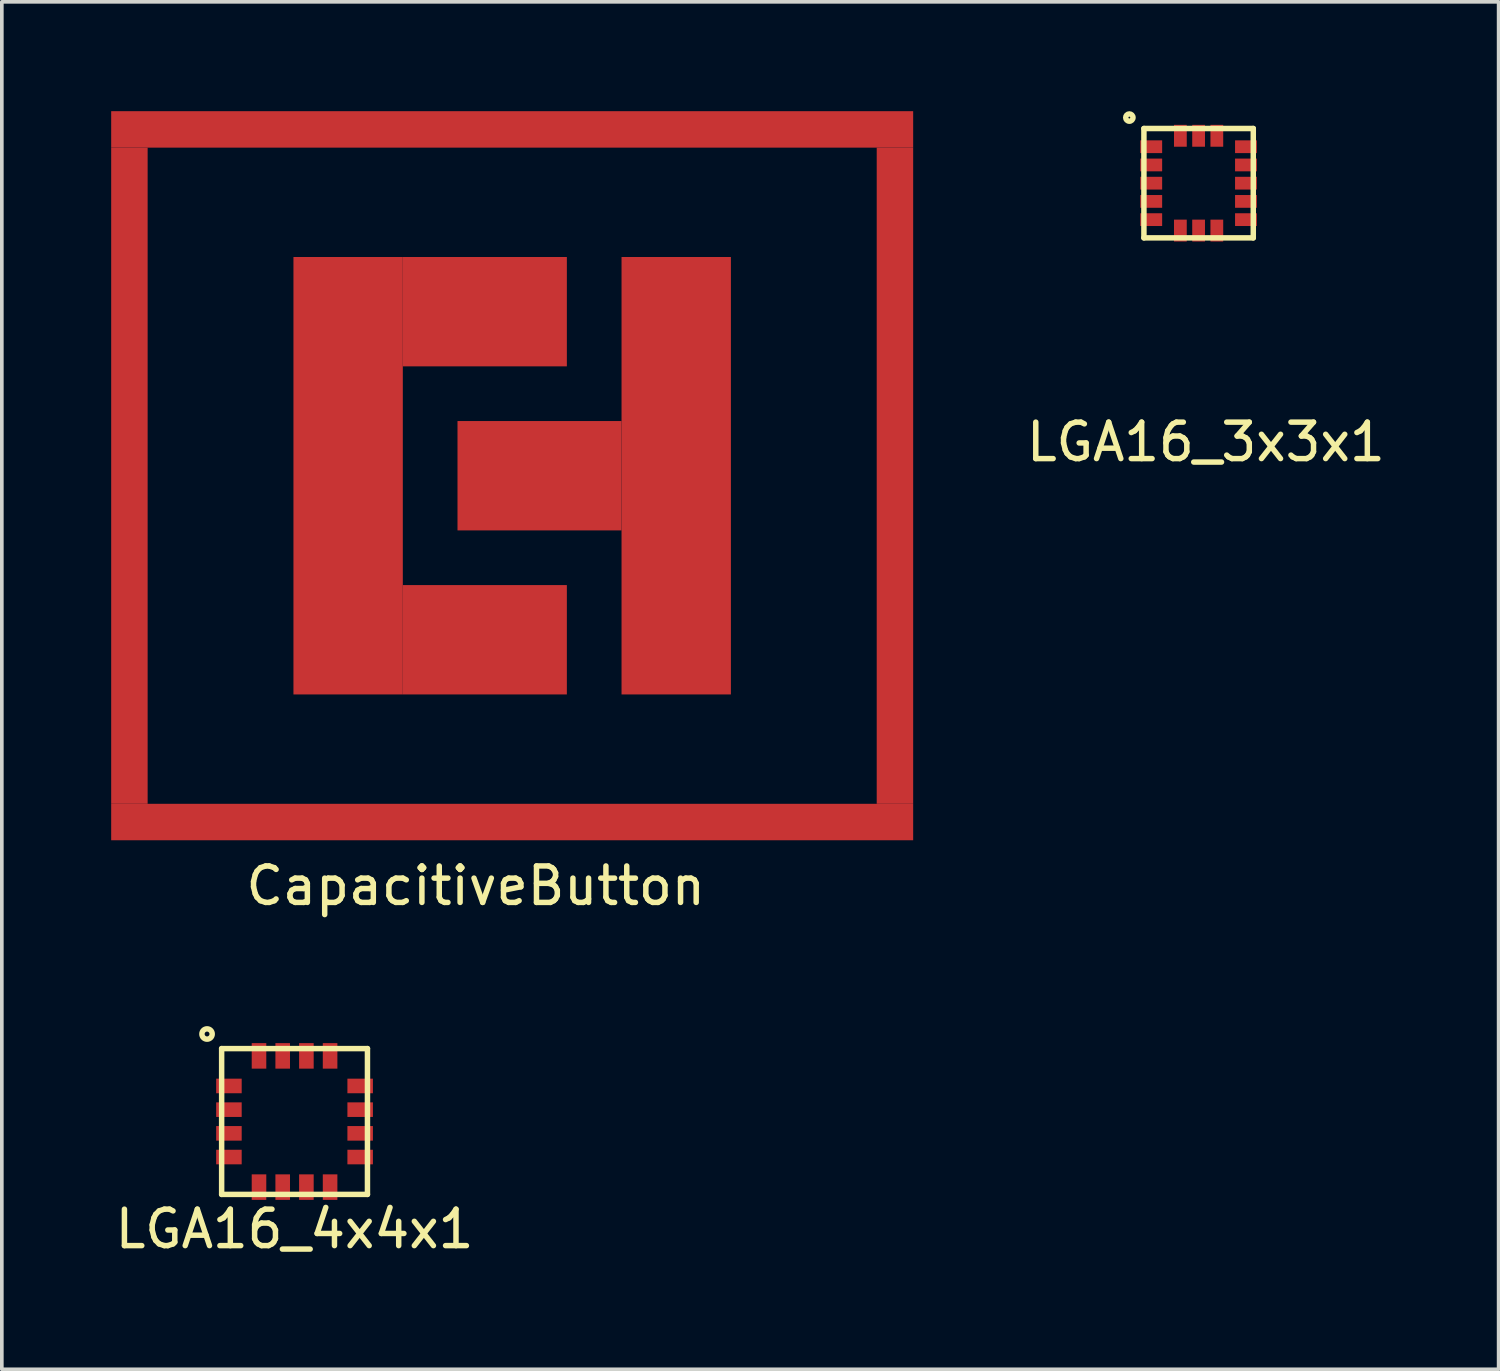
<source format=kicad_pcb>
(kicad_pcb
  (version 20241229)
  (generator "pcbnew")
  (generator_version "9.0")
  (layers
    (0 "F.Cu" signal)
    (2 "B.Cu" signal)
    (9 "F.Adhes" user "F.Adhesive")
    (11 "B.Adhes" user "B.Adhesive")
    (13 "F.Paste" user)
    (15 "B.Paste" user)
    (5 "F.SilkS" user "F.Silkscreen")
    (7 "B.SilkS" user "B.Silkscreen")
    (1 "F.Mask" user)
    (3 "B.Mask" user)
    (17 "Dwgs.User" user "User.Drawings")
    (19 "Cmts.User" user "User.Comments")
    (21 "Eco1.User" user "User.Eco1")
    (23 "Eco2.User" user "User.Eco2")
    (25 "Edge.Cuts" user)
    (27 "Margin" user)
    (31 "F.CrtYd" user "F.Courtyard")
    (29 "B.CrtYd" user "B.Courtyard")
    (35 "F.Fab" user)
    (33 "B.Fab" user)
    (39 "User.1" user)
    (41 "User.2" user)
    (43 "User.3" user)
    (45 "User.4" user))
  (footprint "CapacitiveButton"
    (layer "F.Cu")
    (at 10 10)
    (property "Reference" "CapacitiveButton" (at 0 11.25 0) (layer "F.SilkS") (effects (font (size 1 1) (thickness 0.15))))
    (attr through_hole)
    (pad "1" smd rect (at -3.5 0) (size 3 12) (layers "F.Cu" "F.Mask" "F.Paste"))
    (pad "1" smd rect (at 0.25 -4.5) (size 4.5 3) (layers "F.Cu" "F.Mask" "F.Paste"))
    (pad "1" smd rect (at 0.25 4.5) (size 4.5 3) (layers "F.Cu" "F.Mask" "F.Paste"))
    (pad "2" smd rect (at 1.75 0) (size 4.5 3) (layers "F.Cu" "F.Mask" "F.Paste"))
    (pad "2" smd rect (at 5.5 0) (size 3 12) (layers "F.Cu" "F.Mask" "F.Paste"))
    (pad "G" smd rect (at -9.5 0) (size 1 18) (layers "F.Cu" "F.Mask" "F.Paste"))
    (pad "G" smd rect (at 1 -9.5 90) (size 1 22) (layers "F.Cu" "F.Mask" "F.Paste"))
    (pad "G" smd rect (at 1 9.5 90) (size 1 22) (layers "F.Cu" "F.Mask" "F.Paste"))
    (pad "G" smd rect (at 11.5 0) (size 1 18) (layers "F.Cu" "F.Mask" "F.Paste")))
  (footprint "LGA16_4x4x1"
    (layer "F.Cu")
    (at 5.03 27.715)
    (property "Reference" "LGA16_4x4x1" (at 0 2.95 0) (layer "F.SilkS") (effects (font (size 1 1) (thickness 0.15))))
    (attr through_hole)
    (fp_line (start -2 -2) (end 2 -2) (stroke (width 0.15) (type solid)) (layer "F.SilkS"))
    (fp_line (start -2 2) (end -2 -2) (stroke (width 0.15) (type solid)) (layer "F.SilkS"))
    (fp_line (start 2 -2) (end 2 2) (stroke (width 0.15) (type solid)) (layer "F.SilkS"))
    (fp_line (start 2 2) (end -2 2) (stroke (width 0.15) (type solid)) (layer "F.SilkS"))
    (fp_circle (center -2.4 -2.4) (end -2.3 -2.3) (stroke (width 0.15) (type solid)) (fill no) (layer "F.SilkS"))
    (pad "1" smd rect (at -1.8 -0.975) (size 0.7 0.4) (layers "F.Cu" "F.Mask" "F.Paste"))
    (pad "2" smd rect (at -1.8 -0.325) (size 0.7 0.4) (layers "F.Cu" "F.Mask" "F.Paste"))
    (pad "3" smd rect (at -1.8 0.325) (size 0.7 0.4) (layers "F.Cu" "F.Mask" "F.Paste"))
    (pad "4" smd rect (at -1.8 0.975) (size 0.7 0.4) (layers "F.Cu" "F.Mask" "F.Paste"))
    (pad "5" smd rect (at -0.975 1.8 90) (size 0.7 0.4) (layers "F.Cu" "F.Mask" "F.Paste"))
    (pad "6" smd rect (at -0.325 1.8 90) (size 0.7 0.4) (layers "F.Cu" "F.Mask" "F.Paste"))
    (pad "7" smd rect (at 0.325 1.8 90) (size 0.7 0.4) (layers "F.Cu" "F.Mask" "F.Paste"))
    (pad "8" smd rect (at 0.975 1.8 90) (size 0.7 0.4) (layers "F.Cu" "F.Mask" "F.Paste"))
    (pad "9" smd rect (at 1.8 0.975 180) (size 0.7 0.4) (layers "F.Cu" "F.Mask" "F.Paste"))
    (pad "10" smd rect (at 1.8 0.325 180) (size 0.7 0.4) (layers "F.Cu" "F.Mask" "F.Paste"))
    (pad "11" smd rect (at 1.8 -0.325 180) (size 0.7 0.4) (layers "F.Cu" "F.Mask" "F.Paste"))
    (pad "12" smd rect (at 1.8 -0.975 180) (size 0.7 0.4) (layers "F.Cu" "F.Mask" "F.Paste"))
    (pad "13" smd rect (at 0.975 -1.8 270) (size 0.7 0.4) (layers "F.Cu" "F.Mask" "F.Paste"))
    (pad "14" smd rect (at 0.325 -1.8 270) (size 0.7 0.4) (layers "F.Cu" "F.Mask" "F.Paste"))
    (pad "15" smd rect (at -0.325 -1.8 270) (size 0.7 0.4) (layers "F.Cu" "F.Mask" "F.Paste"))
    (pad "16" smd rect (at -0.975 -1.8 270) (size 0.7 0.4) (layers "F.Cu" "F.Mask" "F.Paste")))
  (footprint "LGA16_3x3x1"
    (layer "F.Cu")
    (at 29.83 1.975)
    (property "Reference" "LGA16_3x3x1" (at 0.2 7.1 0) (layer "F.SilkS") (effects (font (size 1 1) (thickness 0.15))))
    (attr through_hole)
    (fp_line (start -1.5 -1.5) (end 1.5 -1.5) (stroke (width 0.15) (type solid)) (layer "F.SilkS"))
    (fp_line (start -1.5 1.5) (end -1.5 -1.5) (stroke (width 0.15) (type solid)) (layer "F.SilkS"))
    (fp_line (start 1.5 -1.5) (end 1.5 1.5) (stroke (width 0.15) (type solid)) (layer "F.SilkS"))
    (fp_line (start 1.5 1.5) (end -1.5 1.5) (stroke (width 0.15) (type solid)) (layer "F.SilkS"))
    (fp_circle (center -1.9 -1.8) (end -1.9 -1.7) (stroke (width 0.15) (type solid)) (fill no) (layer "F.SilkS"))
    (pad "1" smd rect (at -1.3 -1) (size 0.6 0.35) (layers "F.Cu" "F.Mask" "F.Paste"))
    (pad "2" smd rect (at -1.3 -0.5) (size 0.6 0.35) (layers "F.Cu" "F.Mask" "F.Paste"))
    (pad "3" smd rect (at -1.3 0) (size 0.6 0.35) (layers "F.Cu" "F.Mask" "F.Paste"))
    (pad "4" smd rect (at -1.3 0.5) (size 0.6 0.35) (layers "F.Cu" "F.Mask" "F.Paste"))
    (pad "5" smd rect (at -1.3 1) (size 0.6 0.35) (layers "F.Cu" "F.Mask" "F.Paste"))
    (pad "6" smd rect (at -0.5 1.3 90) (size 0.6 0.35) (layers "F.Cu" "F.Mask" "F.Paste"))
    (pad "7" smd rect (at 0 1.3 90) (size 0.6 0.35) (layers "F.Cu" "F.Mask" "F.Paste"))
    (pad "8" smd rect (at 0.5 1.3 90) (size 0.6 0.35) (layers "F.Cu" "F.Mask" "F.Paste"))
    (pad "9" smd rect (at 1.3 1 180) (size 0.6 0.35) (layers "F.Cu" "F.Mask" "F.Paste"))
    (pad "10" smd rect (at 1.3 0.5 180) (size 0.6 0.35) (layers "F.Cu" "F.Mask" "F.Paste"))
    (pad "11" smd rect (at 1.3 0 180) (size 0.6 0.35) (layers "F.Cu" "F.Mask" "F.Paste"))
    (pad "12" smd rect (at 1.3 -0.5 180) (size 0.6 0.35) (layers "F.Cu" "F.Mask" "F.Paste"))
    (pad "13" smd rect (at 1.3 -1 180) (size 0.6 0.35) (layers "F.Cu" "F.Mask" "F.Paste"))
    (pad "14" smd rect (at 0.5 -1.3 270) (size 0.6 0.35) (layers "F.Cu" "F.Mask" "F.Paste"))
    (pad "15" smd rect (at 0 -1.3 270) (size 0.6 0.35) (layers "F.Cu" "F.Mask" "F.Paste"))
    (pad "16" smd rect (at -0.5 -1.3 270) (size 0.6 0.35) (layers "F.Cu" "F.Mask" "F.Paste")))
  (gr_rect
    (start -3 -3)
    (end 38.06 34.513)
    (stroke (width 0.1) (type default))
    (fill no)
    (layer "Edge.Cuts")))
</source>
